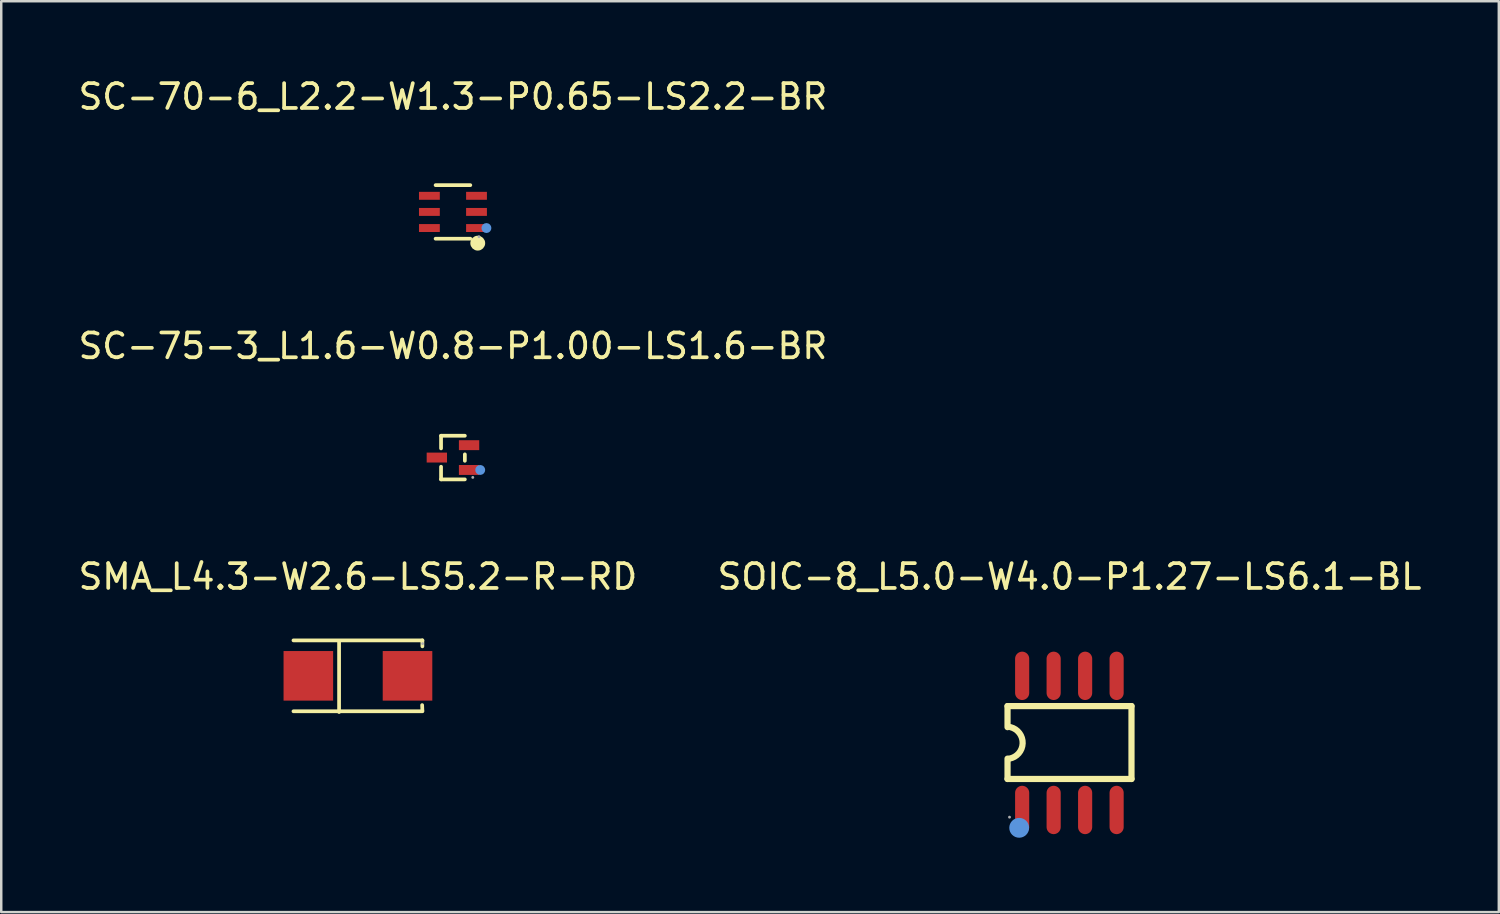
<source format=kicad_pcb>
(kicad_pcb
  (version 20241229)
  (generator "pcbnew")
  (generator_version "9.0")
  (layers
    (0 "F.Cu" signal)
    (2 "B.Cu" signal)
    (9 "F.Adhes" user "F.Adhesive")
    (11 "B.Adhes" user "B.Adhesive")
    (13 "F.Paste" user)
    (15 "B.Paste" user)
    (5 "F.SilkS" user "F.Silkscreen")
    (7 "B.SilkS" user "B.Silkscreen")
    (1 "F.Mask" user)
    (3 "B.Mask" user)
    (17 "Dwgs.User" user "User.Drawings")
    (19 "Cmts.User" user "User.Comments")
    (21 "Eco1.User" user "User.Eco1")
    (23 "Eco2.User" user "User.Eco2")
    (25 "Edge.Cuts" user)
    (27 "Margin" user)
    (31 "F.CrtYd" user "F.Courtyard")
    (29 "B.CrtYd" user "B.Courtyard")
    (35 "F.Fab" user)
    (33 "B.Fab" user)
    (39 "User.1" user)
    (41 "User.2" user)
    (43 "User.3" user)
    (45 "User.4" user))
  (footprint "SMA_L4.3-W2.6-LS5.2-R-RD"
    (layer "F.Cu")
    (at 11.387 24.21)
    (property "Reference" "SMA_L4.3-W2.6-LS5.2-R-RD" (at 0 -4 0) (layer "F.SilkS") (effects (font (size 1 1) (thickness 0.15))))
    (attr smd)
    (fp_line (start -2.6 -1.43) (end 2.6 -1.43) (stroke (width 0.15) (type solid)) (layer "F.SilkS"))
    (fp_line (start -2.6 1.43) (end 2.6 1.43) (stroke (width 0.15) (type solid)) (layer "F.SilkS"))
    (fp_line (start -0.76 -1.4) (end -0.76 1.46) (stroke (width 0.15) (type solid)) (layer "F.SilkS"))
    (fp_line (start 2.59 1.18) (end 2.6 1.41) (stroke (width 0.15) (type solid)) (layer "F.SilkS"))
    (fp_line (start 2.6 -1.43) (end 2.6 -1.19) (stroke (width 0.15) (type solid)) (layer "F.SilkS"))
    (fp_circle (center 2.61 -1.3) (end 2.64 -1.3) (stroke (width 0.06) (type solid)) (fill no) (layer "F.Fab"))
    (pad "1" smd rect (at 2 0) (size 2 2) (layers "F.Cu" "F.Mask" "F.Paste"))
    (pad "2" smd rect (at -2 0) (size 2 2) (layers "F.Cu" "F.Mask" "F.Paste")))
  (footprint "SC-70-6_L2.2-W1.3-P0.65-LS2.2-BR"
    (layer "F.Cu")
    (at 15.22 5.498)
    (property "Reference" "SC-70-6_L2.2-W1.3-P0.65-LS2.2-BR" (at 0 -4.65 0) (layer "F.SilkS") (effects (font (size 1 1) (thickness 0.15))))
    (attr smd)
    (fp_line (start 0.7 -1.08) (end -0.7 -1.08) (stroke (width 0.15) (type solid)) (layer "F.SilkS"))
    (fp_line (start 0.7 1.08) (end -0.7 1.08) (stroke (width 0.15) (type solid)) (layer "F.SilkS"))
    (fp_circle (center 1 1.26) (end 1.15 1.26) (stroke (width 0.3) (type solid)) (fill no) (layer "F.SilkS"))
    (fp_circle (center 1.35 0.65) (end 1.45 0.65) (stroke (width 0.2) (type solid)) (fill no) (layer "Cmts.User"))
    (fp_circle (center 1.05 1) (end 1.08 1) (stroke (width 0.06) (type solid)) (fill no) (layer "F.Fab"))
    (pad "1" smd rect (at 0.95 0.65 180) (size 0.84 0.32) (layers "F.Cu" "F.Mask" "F.Paste"))
    (pad "2" smd rect (at 0.95 0 180) (size 0.84 0.32) (layers "F.Cu" "F.Mask" "F.Paste"))
    (pad "3" smd rect (at 0.95 -0.65 180) (size 0.84 0.32) (layers "F.Cu" "F.Mask" "F.Paste"))
    (pad "4" smd rect (at -0.95 -0.65 180) (size 0.84 0.32) (layers "F.Cu" "F.Mask" "F.Paste"))
    (pad "5" smd rect (at -0.95 0 180) (size 0.84 0.32) (layers "F.Cu" "F.Mask" "F.Paste"))
    (pad "6" smd rect (at -0.95 0.65 180) (size 0.84 0.32) (layers "F.Cu" "F.Mask" "F.Paste")))
  (footprint "SOIC-8_L5.0-W4.0-P1.27-LS6.1-BL"
    (layer "F.Cu")
    (at 40.089 26.91)
    (property "Reference" "SOIC-8_L5.0-W4.0-P1.27-LS6.1-BL" (at 0 -6.7 0) (layer "F.SilkS") (effects (font (size 1 1) (thickness 0.15))))
    (attr smd)
    (fp_line (start -2.5 -1.48) (end -2.5 -0.63) (stroke (width 0.25) (type solid)) (layer "F.SilkS"))
    (fp_line (start -2.5 -1.48) (end 2.5 -1.48) (stroke (width 0.25) (type solid)) (layer "F.SilkS"))
    (fp_line (start -2.5 1.46) (end -2.5 0.64) (stroke (width 0.25) (type solid)) (layer "F.SilkS"))
    (fp_line (start -2.5 1.46) (end 2.5 1.46) (stroke (width 0.25) (type solid)) (layer "F.SilkS"))
    (fp_line (start 2.5 -1.48) (end 2.5 1.46) (stroke (width 0.25) (type solid)) (layer "F.SilkS"))
    (fp_arc (start -2.38 -0.63) (mid -1.890392 0.022572) (end -2.424114 0.639586) (stroke (width 0.25) (type solid)) (layer "F.SilkS"))
    (fp_circle (center -2.03 3.43) (end -1.83 3.43) (stroke (width 0.4) (type solid)) (fill no) (layer "Cmts.User"))
    (fp_circle (center -2.42 3) (end -2.39 3) (stroke (width 0.06) (type solid)) (fill no) (layer "F.Fab"))
    (pad "1" smd oval (at -1.91 2.71) (size 0.57 1.95) (layers "F.Cu" "F.Mask" "F.Paste"))
    (pad "2" smd oval (at -0.64 2.71) (size 0.57 1.95) (layers "F.Cu" "F.Mask" "F.Paste"))
    (pad "3" smd oval (at 0.63 2.71) (size 0.57 1.95) (layers "F.Cu" "F.Mask" "F.Paste"))
    (pad "4" smd oval (at 1.9 2.71) (size 0.57 1.95) (layers "F.Cu" "F.Mask" "F.Paste"))
    (pad "5" smd oval (at 1.9 -2.7) (size 0.57 1.95) (layers "F.Cu" "F.Mask" "F.Paste"))
    (pad "6" smd oval (at 0.63 -2.7) (size 0.57 1.95) (layers "F.Cu" "F.Mask" "F.Paste"))
    (pad "7" smd oval (at -0.64 -2.7) (size 0.57 1.95) (layers "F.Cu" "F.Mask" "F.Paste"))
    (pad "8" smd oval (at -1.91 -2.7) (size 0.57 1.95) (layers "F.Cu" "F.Mask" "F.Paste")))
  (footprint "SC-75-3_L1.6-W0.8-P1.00-LS1.6-BR"
    (layer "F.Cu")
    (at 15.22 15.406)
    (property "Reference" "SC-75-3_L1.6-W0.8-P1.00-LS1.6-BR" (at 0 -4.5 0) (layer "F.SilkS") (effects (font (size 1 1) (thickness 0.15))))
    (attr smd)
    (fp_line (start -0.48 -0.88) (end -0.48 -0.37) (stroke (width 0.15) (type solid)) (layer "F.SilkS"))
    (fp_line (start -0.48 0.88) (end -0.48 0.37) (stroke (width 0.15) (type solid)) (layer "F.SilkS"))
    (fp_line (start 0.48 -0.88) (end -0.48 -0.88) (stroke (width 0.15) (type solid)) (layer "F.SilkS"))
    (fp_line (start 0.48 -0.13) (end 0.48 0.13) (stroke (width 0.15) (type solid)) (layer "F.SilkS"))
    (fp_line (start 0.48 0.88) (end -0.48 0.88) (stroke (width 0.15) (type solid)) (layer "F.SilkS"))
    (fp_circle (center 1.1 0.5) (end 1.2 0.5) (stroke (width 0.2) (type solid)) (fill no) (layer "Cmts.User"))
    (fp_circle (center 0.8 0.8) (end 0.83 0.8) (stroke (width 0.06) (type solid)) (fill no) (layer "F.Fab"))
    (pad "1" smd rect (at 0.65 0.5 180) (size 0.82 0.4) (layers "F.Cu" "F.Mask" "F.Paste"))
    (pad "2" smd rect (at 0.65 -0.5 180) (size 0.82 0.4) (layers "F.Cu" "F.Mask" "F.Paste"))
    (pad "3" smd rect (at -0.65 0 180) (size 0.82 0.4) (layers "F.Cu" "F.Mask" "F.Paste")))
  (gr_rect
    (start -3 -3)
    (end 57.405 33.74)
    (stroke (width 0.1) (type default))
    (fill no)
    (layer "Edge.Cuts")))
</source>
